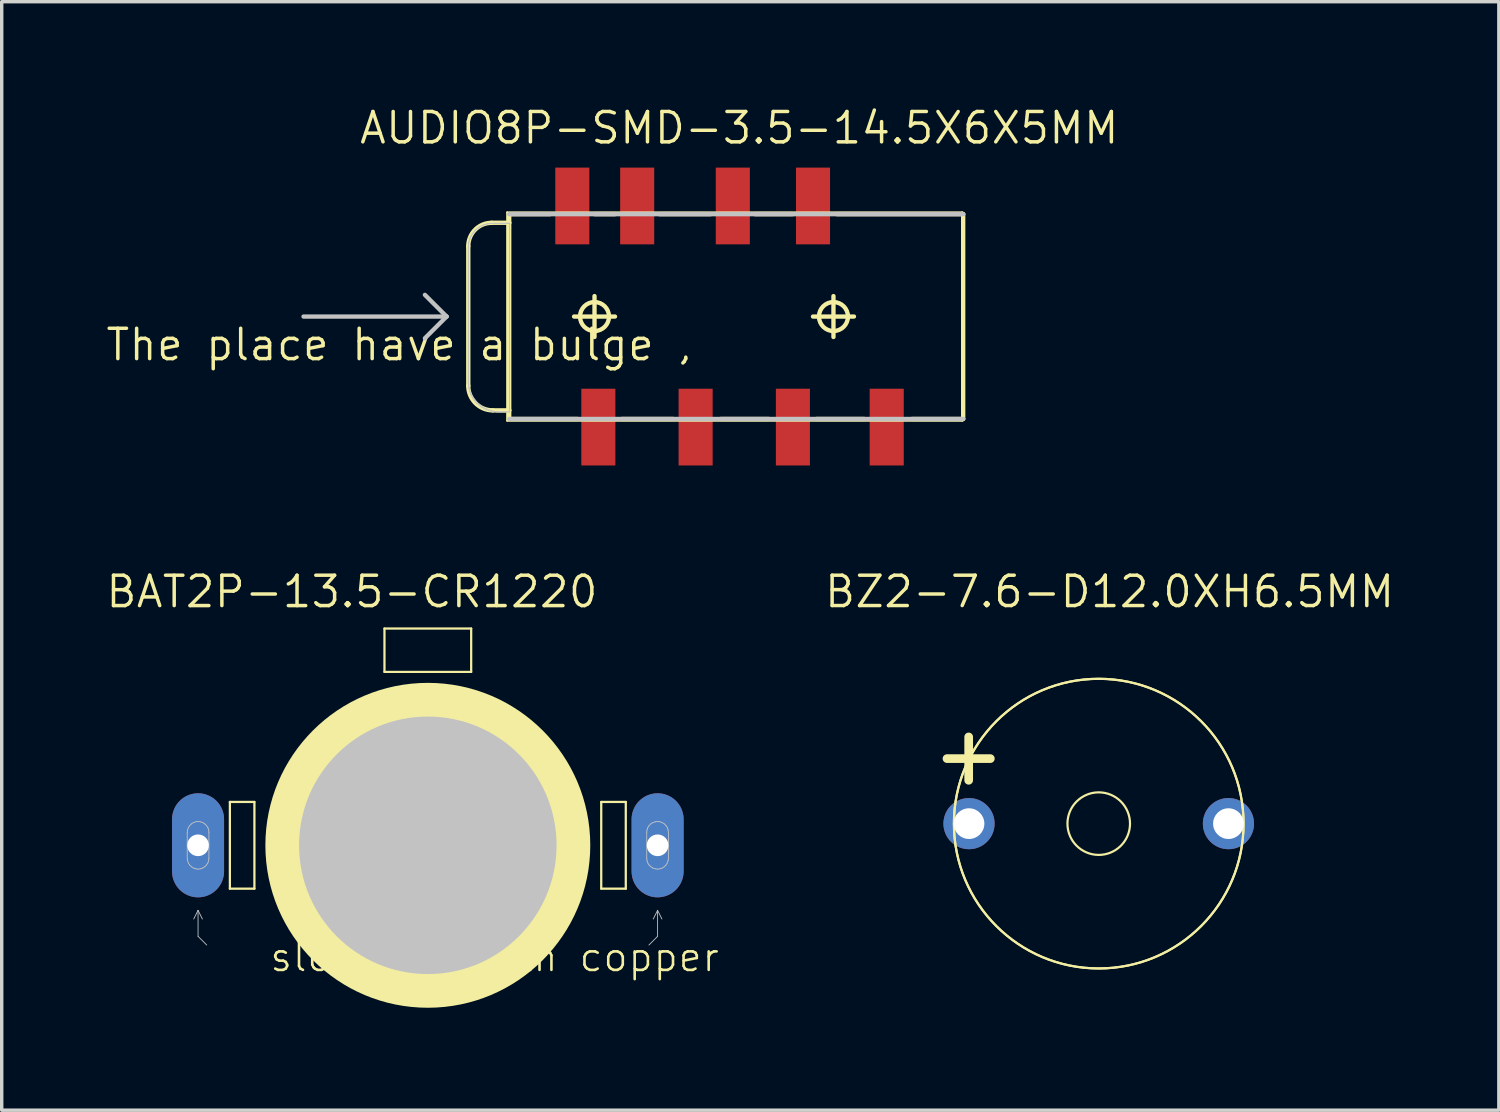
<source format=kicad_pcb>
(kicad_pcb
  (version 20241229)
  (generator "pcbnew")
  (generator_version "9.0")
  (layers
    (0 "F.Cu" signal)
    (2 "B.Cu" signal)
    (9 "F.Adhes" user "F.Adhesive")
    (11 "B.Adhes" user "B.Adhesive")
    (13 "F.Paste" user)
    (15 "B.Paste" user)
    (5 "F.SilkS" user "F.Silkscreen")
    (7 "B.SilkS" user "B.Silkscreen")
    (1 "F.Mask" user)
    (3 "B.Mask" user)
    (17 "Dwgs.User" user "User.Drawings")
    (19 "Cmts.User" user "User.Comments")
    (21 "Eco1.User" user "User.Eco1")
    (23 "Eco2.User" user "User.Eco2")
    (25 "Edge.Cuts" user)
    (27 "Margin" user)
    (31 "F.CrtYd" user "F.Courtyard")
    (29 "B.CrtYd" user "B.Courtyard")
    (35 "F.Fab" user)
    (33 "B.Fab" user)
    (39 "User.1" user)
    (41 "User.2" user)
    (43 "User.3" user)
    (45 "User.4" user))
  (footprint "AUDIO8P-SMD-3.5-14.5X6X5MM"
    (layer "F.Cu")
    (at 10.668 6.223)
    (property "Reference" "AUDIO8P-SMD-3.5-14.5X6X5MM" (at 7.938 -5.524 0) (layer "F.SilkS") (effects (font (size 0.889 0.889) (thickness 0.102))))
    (attr smd)
    (fp_line (start 0 -2.06) (end 0 2.029) (stroke (width 0.127) (type solid)) (layer "F.SilkS"))
    (fp_line (start 0.686 -2.748) (end 1.199 -2.748) (stroke (width 0.127) (type solid)) (layer "F.SilkS"))
    (fp_line (start 0.719 2.748) (end 1.199 2.748) (stroke (width 0.127) (type solid)) (layer "F.SilkS"))
    (fp_line (start 1.143 -3.048) (end 14.475 -3.048) (stroke (width 0.066) (type solid)) (layer "F.SilkS"))
    (fp_line (start 1.143 3.048) (end 1.143 -3.048) (stroke (width 0.066) (type solid)) (layer "F.SilkS"))
    (fp_line (start 1.143 3.048) (end 14.475 3.048) (stroke (width 0.066) (type solid)) (layer "F.SilkS"))
    (fp_line (start 1.199 -3) (end 2.398 -3) (stroke (width 0.127) (type solid)) (layer "F.SilkS"))
    (fp_line (start 1.199 -2.748) (end 1.199 -3) (stroke (width 0.127) (type solid)) (layer "F.SilkS"))
    (fp_line (start 1.199 -2.748) (end 1.199 2.748) (stroke (width 0.127) (type solid)) (layer "F.SilkS"))
    (fp_line (start 1.199 2.748) (end 1.199 3) (stroke (width 0.127) (type solid)) (layer "F.SilkS"))
    (fp_line (start 1.199 3) (end 3.198 3) (stroke (width 0.127) (type solid)) (layer "F.SilkS"))
    (fp_line (start 3.099 0) (end 4.298 0) (stroke (width 0.127) (type solid)) (layer "F.SilkS"))
    (fp_line (start 3.698 -3) (end 4.298 -3) (stroke (width 0.127) (type solid)) (layer "F.SilkS"))
    (fp_line (start 3.698 0.599) (end 3.698 -0.599) (stroke (width 0.127) (type solid)) (layer "F.SilkS"))
    (fp_line (start 5.598 -3) (end 7.099 -3) (stroke (width 0.127) (type solid)) (layer "F.SilkS"))
    (fp_line (start 5.999 3) (end 4.498 3) (stroke (width 0.127) (type solid)) (layer "F.SilkS"))
    (fp_line (start 8.4 -3) (end 9.5 -3) (stroke (width 0.127) (type solid)) (layer "F.SilkS"))
    (fp_line (start 8.799 3) (end 7.399 3) (stroke (width 0.127) (type solid)) (layer "F.SilkS"))
    (fp_line (start 10.099 0) (end 11.298 0) (stroke (width 0.127) (type solid)) (layer "F.SilkS"))
    (fp_line (start 10.698 0.599) (end 10.698 -0.599) (stroke (width 0.127) (type solid)) (layer "F.SilkS"))
    (fp_line (start 10.798 -3) (end 14.498 -3) (stroke (width 0.127) (type solid)) (layer "F.SilkS"))
    (fp_line (start 11.598 3) (end 10.198 3) (stroke (width 0.127) (type solid)) (layer "F.SilkS"))
    (fp_line (start 14.475 3.048) (end 14.475 -3.048) (stroke (width 0.066) (type solid)) (layer "F.SilkS"))
    (fp_line (start 14.498 -3) (end 14.498 3) (stroke (width 0.127) (type solid)) (layer "F.SilkS"))
    (fp_line (start 14.498 3) (end 13 3) (stroke (width 0.127) (type solid)) (layer "F.SilkS"))
    (fp_arc (start 0 -2.05994) (mid 0.200866 -2.544874) (end 0.6858 -2.74574) (stroke (width 0.127) (type solid)) (layer "F.SilkS"))
    (fp_arc (start 0.71882 2.74828) (mid 0.210538 2.537742) (end 0 2.02946) (stroke (width 0.127) (type solid)) (layer "F.SilkS"))
    (fp_circle (center 3.698 0) (end 3.998 0.3) (stroke (width 0.127) (type solid)) (fill no) (layer "F.SilkS"))
    (fp_circle (center 10.698 0) (end 10.998 0.3) (stroke (width 0.127) (type solid)) (fill no) (layer "F.SilkS"))
    (fp_line (start -4.826 0) (end -0.635 0) (stroke (width 0.127) (type solid)) (layer "Dwgs.User"))
    (fp_line (start -0.635 0) (end -1.27 -0.635) (stroke (width 0.127) (type solid)) (layer "Dwgs.User"))
    (fp_line (start -0.635 0) (end -1.27 0.635) (stroke (width 0.127) (type solid)) (layer "Dwgs.User"))
    (fp_line (start 0 -2.042) (end 0 1.941) (stroke (width 0.025) (type solid)) (layer "Dwgs.User"))
    (fp_line (start 0 -2.019) (end 0 1.867) (stroke (width 0.025) (type solid)) (layer "Dwgs.User"))
    (fp_line (start 0 1.941) (end 0.015 2.108) (stroke (width 0.025) (type solid)) (layer "Dwgs.User"))
    (fp_line (start 0.013 -2.177) (end 0 -2.042) (stroke (width 0.025) (type solid)) (layer "Dwgs.User"))
    (fp_line (start 0.015 2.108) (end 0.064 2.266) (stroke (width 0.025) (type solid)) (layer "Dwgs.User"))
    (fp_line (start 0.051 -2.306) (end 0.013 -2.177) (stroke (width 0.025) (type solid)) (layer "Dwgs.User"))
    (fp_line (start 0.064 2.266) (end 0.142 2.413) (stroke (width 0.025) (type solid)) (layer "Dwgs.User"))
    (fp_line (start 0.114 -2.423) (end 0.051 -2.306) (stroke (width 0.025) (type solid)) (layer "Dwgs.User"))
    (fp_line (start 0.142 2.413) (end 0.249 2.543) (stroke (width 0.025) (type solid)) (layer "Dwgs.User"))
    (fp_line (start 0.201 -2.527) (end 0.114 -2.423) (stroke (width 0.025) (type solid)) (layer "Dwgs.User"))
    (fp_line (start 0.249 2.543) (end 0.378 2.649) (stroke (width 0.025) (type solid)) (layer "Dwgs.User"))
    (fp_line (start 0.305 -2.614) (end 0.201 -2.527) (stroke (width 0.025) (type solid)) (layer "Dwgs.User"))
    (fp_line (start 0.378 2.649) (end 0.526 2.728) (stroke (width 0.025) (type solid)) (layer "Dwgs.User"))
    (fp_line (start 0.422 -2.677) (end 0.305 -2.614) (stroke (width 0.025) (type solid)) (layer "Dwgs.User"))
    (fp_line (start 0.526 2.728) (end 0.683 2.776) (stroke (width 0.025) (type solid)) (layer "Dwgs.User"))
    (fp_line (start 0.551 -2.715) (end 0.422 -2.677) (stroke (width 0.025) (type solid)) (layer "Dwgs.User"))
    (fp_line (start 0.683 2.776) (end 0.851 2.794) (stroke (width 0.025) (type solid)) (layer "Dwgs.User"))
    (fp_line (start 0.686 -2.731) (end 0.551 -2.715) (stroke (width 0.025) (type solid)) (layer "Dwgs.User"))
    (fp_line (start 0.851 2.794) (end 1.206 2.794) (stroke (width 0.025) (type solid)) (layer "Dwgs.User"))
    (fp_line (start 0.925 2.794) (end 1.206 2.794) (stroke (width 0.025) (type solid)) (layer "Dwgs.User"))
    (fp_line (start 1.199 -3) (end 14.498 -3) (stroke (width 0.127) (type solid)) (layer "Dwgs.User"))
    (fp_line (start 1.199 3) (end 14.498 3) (stroke (width 0.127) (type solid)) (layer "Dwgs.User"))
    (fp_line (start 1.206 -2.731) (end 0.686 -2.731) (stroke (width 0.025) (type solid)) (layer "Dwgs.User"))
    (fp_line (start 1.206 -2.731) (end 0.709 -2.731) (stroke (width 0.025) (type solid)) (layer "Dwgs.User"))
    (fp_line (start 1.206 2.794) (end 1.206 -2.731) (stroke (width 0.025) (type solid)) (layer "Dwgs.User"))
    (fp_line (start 1.206 2.794) (end 1.206 -2.731) (stroke (width 0.025) (type solid)) (layer "Dwgs.User"))
    (fp_arc (start 0 -2.0193) (mid 0.207562 -2.520398) (end 0.70866 -2.72796) (stroke (width 0.0254) (type solid)) (layer "Dwgs.User"))
    (fp_arc (start 0.92456 2.794) (mid 0.269001 2.522459) (end -0.00254 1.8669) (stroke (width 0.0254) (type solid)) (layer "Dwgs.User"))
    (fp_text user "The place have a bulge ,\n" (at -2.032 0.826 0) (layer "F.SilkS") (effects (font (size 0.889 0.889) (thickness 0.102))))
    (pad "1" smd rect (at 3.048 -3.239 90) (size 2.248 0.998) (layers "F.Cu" "F.Mask" "F.Paste"))
    (pad "2" smd rect (at 4.948 -3.239 90) (size 2.248 0.998) (layers "F.Cu" "F.Mask" "F.Paste"))
    (pad "3" smd rect (at 7.75 -3.239 90) (size 2.248 0.998) (layers "F.Cu" "F.Mask" "F.Paste"))
    (pad "4" smd rect (at 12.258 3.239 90) (size 2.248 0.998) (layers "F.Cu" "F.Mask" "F.Paste"))
    (pad "5" smd rect (at 3.81 3.239 90) (size 2.248 0.998) (layers "F.Cu" "F.Mask" "F.Paste"))
    (pad "6" smd rect (at 6.66 3.239 90) (size 2.248 0.998) (layers "F.Cu" "F.Mask" "F.Paste"))
    (pad "7" smd rect (at 9.51 3.239 90) (size 2.248 0.998) (layers "F.Cu" "F.Mask" "F.Paste"))
    (pad "8" smd rect (at 10.099 -3.239 90) (size 2.248 0.998) (layers "F.Cu" "F.Mask" "F.Paste")))
  (footprint "BAT2P-13.5-CR1220"
    (layer "F.Cu")
    (at 9.483 21.713)
    (property "Reference" "BAT2P-13.5-CR1220" (at -2.223 -7.429 0) (layer "F.SilkS") (effects (font (size 0.889 0.889) (thickness 0.102))))
    (attr smd)
    (fp_line (start -5.799 -1.27) (end -5.08 -1.27) (stroke (width 0.066) (type solid)) (layer "F.SilkS"))
    (fp_line (start -5.799 1.27) (end -5.799 -1.27) (stroke (width 0.066) (type solid)) (layer "F.SilkS"))
    (fp_line (start -5.799 1.27) (end -5.08 1.27) (stroke (width 0.066) (type solid)) (layer "F.SilkS"))
    (fp_line (start -5.08 1.27) (end -5.08 -1.27) (stroke (width 0.066) (type solid)) (layer "F.SilkS"))
    (fp_line (start -1.27 -6.35) (end 1.27 -6.35) (stroke (width 0.066) (type solid)) (layer "F.SilkS"))
    (fp_line (start -1.27 -5.08) (end -1.27 -6.35) (stroke (width 0.066) (type solid)) (layer "F.SilkS"))
    (fp_line (start -1.27 -5.08) (end 1.27 -5.08) (stroke (width 0.066) (type solid)) (layer "F.SilkS"))
    (fp_line (start 1.27 -5.08) (end 1.27 -6.35) (stroke (width 0.066) (type solid)) (layer "F.SilkS"))
    (fp_line (start 5.08 -1.27) (end 5.799 -1.27) (stroke (width 0.066) (type solid)) (layer "F.SilkS"))
    (fp_line (start 5.08 1.27) (end 5.08 -1.27) (stroke (width 0.066) (type solid)) (layer "F.SilkS"))
    (fp_line (start 5.08 1.27) (end 5.799 1.27) (stroke (width 0.066) (type solid)) (layer "F.SilkS"))
    (fp_line (start 5.799 1.27) (end 5.799 -1.27) (stroke (width 0.066) (type solid)) (layer "F.SilkS"))
    (fp_circle (center 0 0) (end -3.365 3.365) (stroke (width 0) (type solid)) (fill yes) (layer "F.SilkS"))
    (fp_line (start -7.048 -0.381) (end -7.038 -0.45) (stroke (width 0.025) (type solid)) (layer "Dwgs.User"))
    (fp_line (start -7.048 0.381) (end -7.048 -0.381) (stroke (width 0.025) (type solid)) (layer "Dwgs.User"))
    (fp_line (start -7.038 -0.45) (end -7.015 -0.518) (stroke (width 0.025) (type solid)) (layer "Dwgs.User"))
    (fp_line (start -7.038 0.45) (end -7.048 0.381) (stroke (width 0.025) (type solid)) (layer "Dwgs.User"))
    (fp_line (start -7.015 -0.518) (end -6.977 -0.577) (stroke (width 0.025) (type solid)) (layer "Dwgs.User"))
    (fp_line (start -7.015 0.518) (end -7.038 0.45) (stroke (width 0.025) (type solid)) (layer "Dwgs.User"))
    (fp_line (start -6.977 -0.577) (end -6.927 -0.627) (stroke (width 0.025) (type solid)) (layer "Dwgs.User"))
    (fp_line (start -6.977 0.577) (end -7.015 0.518) (stroke (width 0.025) (type solid)) (layer "Dwgs.User"))
    (fp_line (start -6.927 -0.627) (end -6.868 -0.665) (stroke (width 0.025) (type solid)) (layer "Dwgs.User"))
    (fp_line (start -6.927 0.627) (end -6.977 0.577) (stroke (width 0.025) (type solid)) (layer "Dwgs.User"))
    (fp_line (start -6.868 -0.665) (end -6.8 -0.688) (stroke (width 0.025) (type solid)) (layer "Dwgs.User"))
    (fp_line (start -6.868 0.665) (end -6.927 0.627) (stroke (width 0.025) (type solid)) (layer "Dwgs.User"))
    (fp_line (start -6.8 -0.688) (end -6.731 -0.699) (stroke (width 0.025) (type solid)) (layer "Dwgs.User"))
    (fp_line (start -6.8 0.688) (end -6.868 0.665) (stroke (width 0.025) (type solid)) (layer "Dwgs.User"))
    (fp_line (start -6.731 -0.699) (end -6.66 -0.688) (stroke (width 0.025) (type solid)) (layer "Dwgs.User"))
    (fp_line (start -6.731 0.699) (end -6.8 0.688) (stroke (width 0.025) (type solid)) (layer "Dwgs.User"))
    (fp_line (start -6.731 1.905) (end -6.858 2.159) (stroke (width 0.025) (type solid)) (layer "Dwgs.User"))
    (fp_line (start -6.731 1.905) (end -6.604 2.159) (stroke (width 0.025) (type solid)) (layer "Dwgs.User"))
    (fp_line (start -6.731 2.667) (end -6.731 1.905) (stroke (width 0.025) (type solid)) (layer "Dwgs.User"))
    (fp_line (start -6.66 -0.688) (end -6.591 -0.665) (stroke (width 0.025) (type solid)) (layer "Dwgs.User"))
    (fp_line (start -6.66 0.688) (end -6.731 0.699) (stroke (width 0.025) (type solid)) (layer "Dwgs.User"))
    (fp_line (start -6.591 -0.665) (end -6.533 -0.627) (stroke (width 0.025) (type solid)) (layer "Dwgs.User"))
    (fp_line (start -6.591 0.665) (end -6.66 0.688) (stroke (width 0.025) (type solid)) (layer "Dwgs.User"))
    (fp_line (start -6.533 -0.627) (end -6.482 -0.577) (stroke (width 0.025) (type solid)) (layer "Dwgs.User"))
    (fp_line (start -6.533 0.627) (end -6.591 0.665) (stroke (width 0.025) (type solid)) (layer "Dwgs.User"))
    (fp_line (start -6.482 -0.577) (end -6.444 -0.518) (stroke (width 0.025) (type solid)) (layer "Dwgs.User"))
    (fp_line (start -6.482 0.577) (end -6.533 0.627) (stroke (width 0.025) (type solid)) (layer "Dwgs.User"))
    (fp_line (start -6.477 2.921) (end -6.731 2.667) (stroke (width 0.025) (type solid)) (layer "Dwgs.User"))
    (fp_line (start -6.444 -0.518) (end -6.421 -0.45) (stroke (width 0.025) (type solid)) (layer "Dwgs.User"))
    (fp_line (start -6.444 0.518) (end -6.482 0.577) (stroke (width 0.025) (type solid)) (layer "Dwgs.User"))
    (fp_line (start -6.421 -0.45) (end -6.413 -0.381) (stroke (width 0.025) (type solid)) (layer "Dwgs.User"))
    (fp_line (start -6.421 0.45) (end -6.444 0.518) (stroke (width 0.025) (type solid)) (layer "Dwgs.User"))
    (fp_line (start -6.413 -0.381) (end -6.413 0.381) (stroke (width 0.025) (type solid)) (layer "Dwgs.User"))
    (fp_line (start -6.413 0.381) (end -6.421 0.45) (stroke (width 0.025) (type solid)) (layer "Dwgs.User"))
    (fp_line (start 6.413 -0.381) (end 6.421 -0.45) (stroke (width 0.025) (type solid)) (layer "Dwgs.User"))
    (fp_line (start 6.413 0.381) (end 6.413 -0.381) (stroke (width 0.025) (type solid)) (layer "Dwgs.User"))
    (fp_line (start 6.421 -0.45) (end 6.444 -0.518) (stroke (width 0.025) (type solid)) (layer "Dwgs.User"))
    (fp_line (start 6.421 0.45) (end 6.413 0.381) (stroke (width 0.025) (type solid)) (layer "Dwgs.User"))
    (fp_line (start 6.444 -0.518) (end 6.482 -0.577) (stroke (width 0.025) (type solid)) (layer "Dwgs.User"))
    (fp_line (start 6.444 0.518) (end 6.421 0.45) (stroke (width 0.025) (type solid)) (layer "Dwgs.User"))
    (fp_line (start 6.477 2.921) (end 6.731 2.667) (stroke (width 0.025) (type solid)) (layer "Dwgs.User"))
    (fp_line (start 6.482 -0.577) (end 6.533 -0.627) (stroke (width 0.025) (type solid)) (layer "Dwgs.User"))
    (fp_line (start 6.482 0.577) (end 6.444 0.518) (stroke (width 0.025) (type solid)) (layer "Dwgs.User"))
    (fp_line (start 6.533 -0.627) (end 6.591 -0.665) (stroke (width 0.025) (type solid)) (layer "Dwgs.User"))
    (fp_line (start 6.533 0.627) (end 6.482 0.577) (stroke (width 0.025) (type solid)) (layer "Dwgs.User"))
    (fp_line (start 6.591 -0.665) (end 6.66 -0.688) (stroke (width 0.025) (type solid)) (layer "Dwgs.User"))
    (fp_line (start 6.591 0.665) (end 6.533 0.627) (stroke (width 0.025) (type solid)) (layer "Dwgs.User"))
    (fp_line (start 6.66 -0.688) (end 6.731 -0.699) (stroke (width 0.025) (type solid)) (layer "Dwgs.User"))
    (fp_line (start 6.66 0.688) (end 6.591 0.665) (stroke (width 0.025) (type solid)) (layer "Dwgs.User"))
    (fp_line (start 6.731 -0.699) (end 6.8 -0.688) (stroke (width 0.025) (type solid)) (layer "Dwgs.User"))
    (fp_line (start 6.731 0.699) (end 6.66 0.688) (stroke (width 0.025) (type solid)) (layer "Dwgs.User"))
    (fp_line (start 6.731 1.905) (end 6.604 2.159) (stroke (width 0.025) (type solid)) (layer "Dwgs.User"))
    (fp_line (start 6.731 1.905) (end 6.858 2.159) (stroke (width 0.025) (type solid)) (layer "Dwgs.User"))
    (fp_line (start 6.731 2.667) (end 6.731 1.905) (stroke (width 0.025) (type solid)) (layer "Dwgs.User"))
    (fp_line (start 6.8 -0.688) (end 6.868 -0.665) (stroke (width 0.025) (type solid)) (layer "Dwgs.User"))
    (fp_line (start 6.8 0.688) (end 6.731 0.699) (stroke (width 0.025) (type solid)) (layer "Dwgs.User"))
    (fp_line (start 6.868 -0.665) (end 6.927 -0.627) (stroke (width 0.025) (type solid)) (layer "Dwgs.User"))
    (fp_line (start 6.868 0.665) (end 6.8 0.688) (stroke (width 0.025) (type solid)) (layer "Dwgs.User"))
    (fp_line (start 6.927 -0.627) (end 6.977 -0.577) (stroke (width 0.025) (type solid)) (layer "Dwgs.User"))
    (fp_line (start 6.927 0.627) (end 6.868 0.665) (stroke (width 0.025) (type solid)) (layer "Dwgs.User"))
    (fp_line (start 6.977 -0.577) (end 7.015 -0.518) (stroke (width 0.025) (type solid)) (layer "Dwgs.User"))
    (fp_line (start 6.977 0.577) (end 6.927 0.627) (stroke (width 0.025) (type solid)) (layer "Dwgs.User"))
    (fp_line (start 7.015 -0.518) (end 7.038 -0.45) (stroke (width 0.025) (type solid)) (layer "Dwgs.User"))
    (fp_line (start 7.015 0.518) (end 6.977 0.577) (stroke (width 0.025) (type solid)) (layer "Dwgs.User"))
    (fp_line (start 7.038 -0.45) (end 7.048 -0.381) (stroke (width 0.025) (type solid)) (layer "Dwgs.User"))
    (fp_line (start 7.038 0.45) (end 7.015 0.518) (stroke (width 0.025) (type solid)) (layer "Dwgs.User"))
    (fp_line (start 7.048 -0.381) (end 7.048 0.381) (stroke (width 0.025) (type solid)) (layer "Dwgs.User"))
    (fp_line (start 7.048 0.381) (end 7.038 0.45) (stroke (width 0.025) (type solid)) (layer "Dwgs.User"))
    (fp_circle (center 0 0) (end -2.667 2.667) (stroke (width 0) (type solid)) (fill yes) (layer "Dwgs.User"))
    (fp_text user "slot drill with copper" (at 1.956 3.277 0) (layer "F.SilkS") (effects (font (size 0.813 0.813) (thickness 0.076))))
    (pad "+1" thru_hole oval (at 6.731 0 180) (size 1.524 3.048) (drill 0.635) (layers "*.Cu" "*.Paste" "*.Mask"))
    (pad "+2" thru_hole oval (at -6.731 0 180) (size 1.524 3.048) (drill 0.635) (layers "*.Cu" "*.Paste" "*.Mask"))
    (pad "-" smd circle (at 0 0) (size 7.62 7.62) (layers "F.Cu" "F.Mask" "F.Paste")))
  (footprint "BZ2-7.6-D12.0XH6.5MM"
    (layer "F.Cu")
    (at 29.137 21.078)
    (property "Reference" "BZ2-7.6-D12.0XH6.5MM" (at 0.318 -6.795 0) (layer "F.SilkS") (effects (font (size 0.889 0.889) (thickness 0.102))))
    (attr exclude_from_pos_files exclude_from_bom)
    (fp_line (start -4.445 -1.905) (end -3.81 -1.905) (stroke (width 0.254) (type solid)) (layer "F.SilkS"))
    (fp_line (start -3.81 -1.905) (end -3.81 -2.54) (stroke (width 0.254) (type solid)) (layer "F.SilkS"))
    (fp_line (start -3.81 -1.905) (end -3.81 -1.27) (stroke (width 0.254) (type solid)) (layer "F.SilkS"))
    (fp_line (start -3.175 -1.905) (end -3.81 -1.905) (stroke (width 0.254) (type solid)) (layer "F.SilkS"))
    (fp_circle (center 0 0) (end -3 3) (stroke (width 0.064) (type solid)) (fill no) (layer "F.SilkS"))
    (fp_circle (center 0 0) (end -3 3) (stroke (width 0.064) (type solid)) (fill no) (layer "F.SilkS"))
    (fp_circle (center 0 0) (end -0.648 0.648) (stroke (width 0.064) (type solid)) (fill no) (layer "F.SilkS"))
    (pad "+" thru_hole circle (at -3.8 0) (size 1.499 1.499) (drill 0.899) (layers "*.Cu" "*.Paste" "*.Mask"))
    (pad "-" thru_hole circle (at 3.8 0) (size 1.499 1.499) (drill 0.899) (layers "*.Cu" "*.Paste" "*.Mask")))
  (gr_rect
    (start -3 -3)
    (end 40.858 29.473)
    (stroke (width 0.1) (type default))
    (fill no)
    (layer "Edge.Cuts")))
</source>
